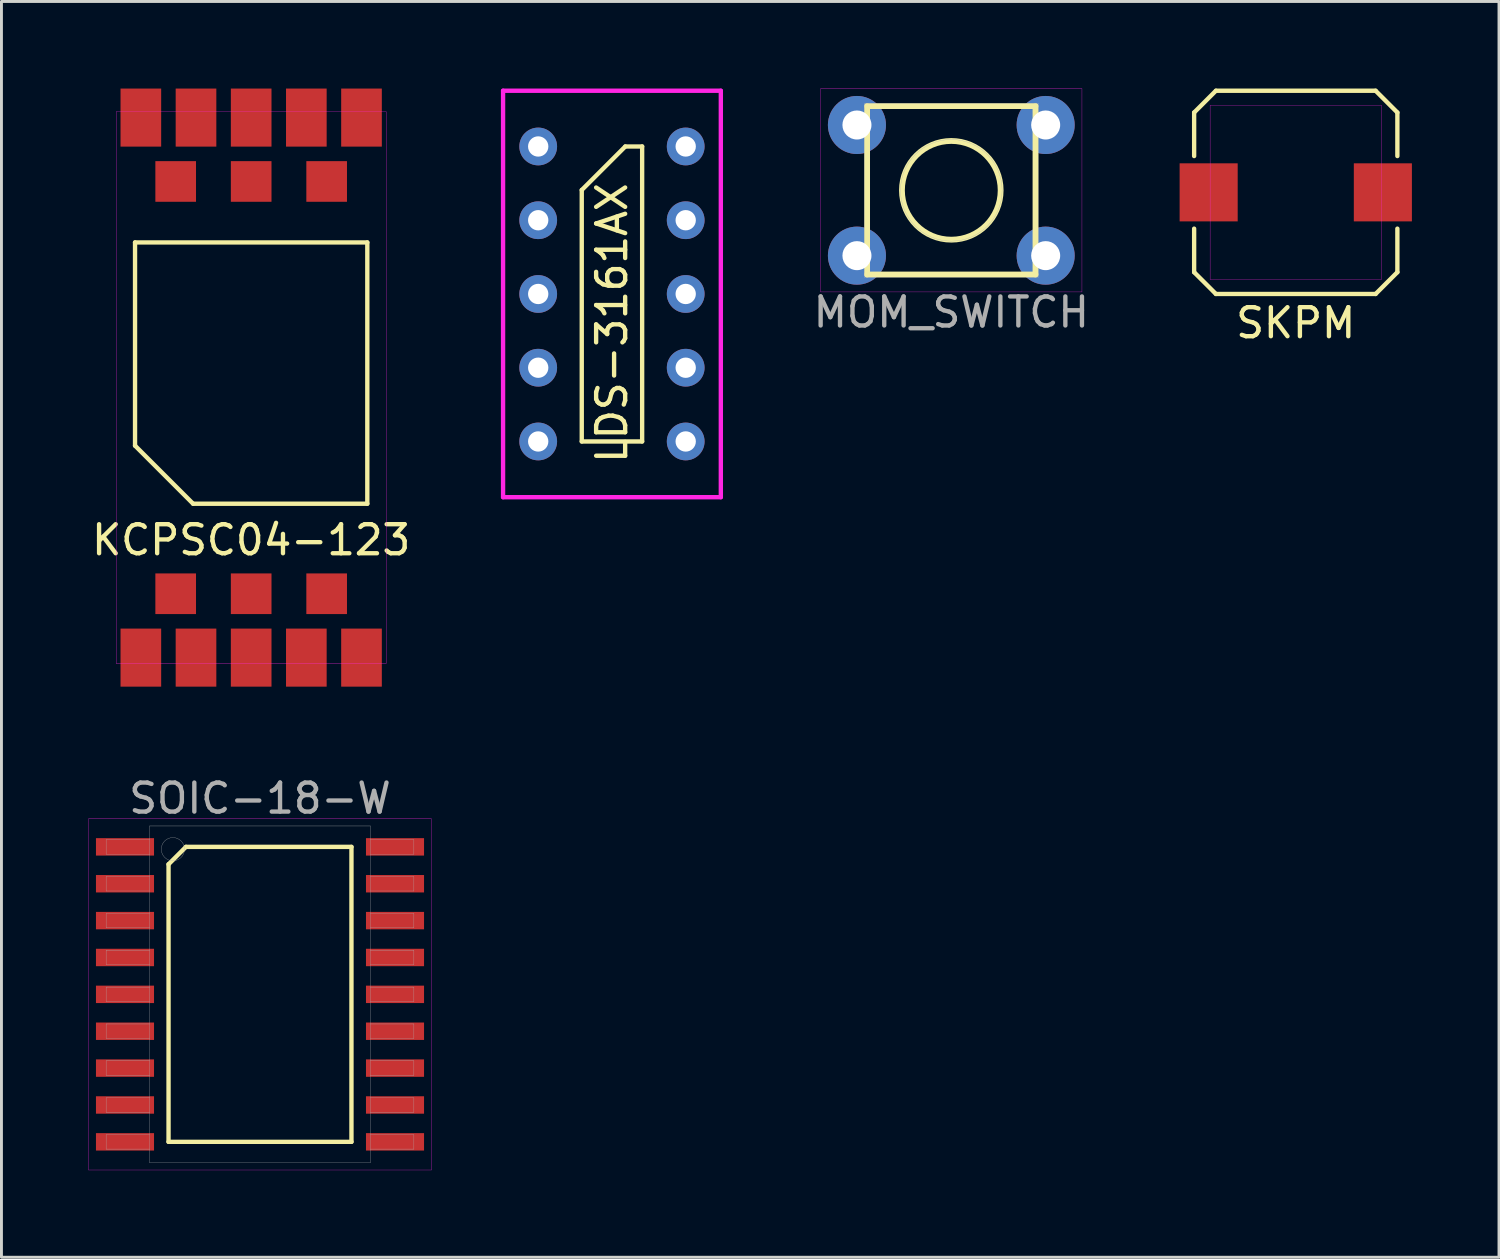
<source format=kicad_pcb>
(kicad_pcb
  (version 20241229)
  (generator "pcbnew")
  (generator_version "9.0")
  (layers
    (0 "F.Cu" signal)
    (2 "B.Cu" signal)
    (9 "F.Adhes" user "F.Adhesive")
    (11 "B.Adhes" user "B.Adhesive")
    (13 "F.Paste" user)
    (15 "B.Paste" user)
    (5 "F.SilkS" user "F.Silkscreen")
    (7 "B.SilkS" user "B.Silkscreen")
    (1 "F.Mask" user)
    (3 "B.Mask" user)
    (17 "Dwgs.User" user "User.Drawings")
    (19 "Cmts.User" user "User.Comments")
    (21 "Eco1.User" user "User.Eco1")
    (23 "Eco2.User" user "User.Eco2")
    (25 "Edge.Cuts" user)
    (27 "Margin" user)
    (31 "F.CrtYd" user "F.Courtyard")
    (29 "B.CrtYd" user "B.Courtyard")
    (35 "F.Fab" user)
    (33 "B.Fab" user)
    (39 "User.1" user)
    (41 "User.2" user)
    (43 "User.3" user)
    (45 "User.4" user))
  (footprint "KCPSC04-123"
    (layer "F.Cu")
    (at 5.601 10.3)
    (property "Reference" "KCPSC04-123" (at 0 5.25 0) (layer "F.SilkS") (effects (font (size 1 1) (thickness 0.15))))
    (attr through_hole)
    (fp_line (start -4 -5) (end -4 2) (stroke (width 0.15) (type solid)) (layer "F.SilkS"))
    (fp_line (start -4 2) (end -2 4) (stroke (width 0.15) (type solid)) (layer "F.SilkS"))
    (fp_line (start -2 4) (end 4 4) (stroke (width 0.15) (type solid)) (layer "F.SilkS"))
    (fp_line (start 4 -5) (end -4 -5) (stroke (width 0.15) (type solid)) (layer "F.SilkS"))
    (fp_line (start 4 4) (end 4 -5) (stroke (width 0.15) (type solid)) (layer "F.SilkS"))
    (fp_line (start -4.65 -9.5) (end -4.65 9.5) (stroke (width 0.01) (type solid)) (layer "F.CrtYd"))
    (fp_line (start 4.65 -9.5) (end -4.65 -9.5) (stroke (width 0.01) (type solid)) (layer "F.CrtYd"))
    (fp_line (start 4.65 9.5) (end -4.65 9.5) (stroke (width 0.01) (type solid)) (layer "F.CrtYd"))
    (fp_line (start 4.65 9.5) (end 4.65 -9.5) (stroke (width 0.01) (type solid)) (layer "F.CrtYd"))
    (pad "1" smd rect (at -3.8 9.3) (size 1.4 2) (layers "F.Cu" "F.Mask" "F.Paste"))
    (pad "2" smd rect (at -1.9 9.3) (size 1.4 2) (layers "F.Cu" "F.Mask" "F.Paste"))
    (pad "3" smd rect (at 0 9.3) (size 1.4 2) (layers "F.Cu" "F.Mask" "F.Paste"))
    (pad "4" smd rect (at 1.9 9.3) (size 1.4 2) (layers "F.Cu" "F.Mask" "F.Paste"))
    (pad "5" smd rect (at 3.8 9.3) (size 1.4 2) (layers "F.Cu" "F.Mask" "F.Paste"))
    (pad "6" smd rect (at 2.6 7.1) (size 1.4 1.4) (layers "F.Cu" "F.Mask" "F.Paste"))
    (pad "7" smd rect (at 0 7.1) (size 1.4 1.4) (layers "F.Cu" "F.Mask" "F.Paste"))
    (pad "8" smd rect (at -2.6 7.1) (size 1.4 1.4) (layers "F.Cu" "F.Mask" "F.Paste"))
    (pad "9" smd rect (at -2.6 -7.1) (size 1.4 1.4) (layers "F.Cu" "F.Mask" "F.Paste"))
    (pad "10" smd rect (at 0 -7.1) (size 1.4 1.4) (layers "F.Cu" "F.Mask" "F.Paste"))
    (pad "11" smd rect (at 2.6 -7.1) (size 1.4 1.4) (layers "F.Cu" "F.Mask" "F.Paste"))
    (pad "12" smd rect (at 3.8 -9.3) (size 1.4 2) (layers "F.Cu" "F.Mask" "F.Paste"))
    (pad "13" smd rect (at 1.9 -9.3) (size 1.4 2) (layers "F.Cu" "F.Mask" "F.Paste"))
    (pad "14" smd rect (at 0 -9.3) (size 1.4 2) (layers "F.Cu" "F.Mask" "F.Paste"))
    (pad "15" smd rect (at -1.9 -9.3) (size 1.4 2) (layers "F.Cu" "F.Mask" "F.Paste"))
    (pad "16" smd rect (at -3.8 -9.3) (size 1.4 2) (layers "F.Cu" "F.Mask" "F.Paste")))
  (footprint "LDS-3161AX"
    (layer "F.Cu")
    (at 18.027 7.075)
    (property "Reference" "LDS-3161AX" (at 0 1 90) (layer "F.SilkS") (effects (font (size 1 1) (thickness 0.15))))
    (attr through_hole)
    (fp_line (start -1.04 -3.58) (end -1.04 5.08) (stroke (width 0.15) (type solid)) (layer "F.SilkS"))
    (fp_line (start -1.04 -3.58) (end 0.46 -5.08) (stroke (width 0.15) (type solid)) (layer "F.SilkS"))
    (fp_line (start -1.04 5.08) (end 1.04 5.08) (stroke (width 0.15) (type solid)) (layer "F.SilkS"))
    (fp_line (start 1.04 -5.08) (end 0.46 -5.08) (stroke (width 0.15) (type solid)) (layer "F.SilkS"))
    (fp_line (start 1.04 5.08) (end 1.04 -5.08) (stroke (width 0.15) (type solid)) (layer "F.SilkS"))
    (fp_line (start -3.75 -7) (end -3.75 7) (stroke (width 0.15) (type solid)) (layer "F.CrtYd"))
    (fp_line (start -3.75 -7) (end 3.75 -7) (stroke (width 0.15) (type solid)) (layer "F.CrtYd"))
    (fp_line (start -3.75 7) (end 3.75 7) (stroke (width 0.15) (type solid)) (layer "F.CrtYd"))
    (fp_line (start 3.75 -7) (end 3.75 7) (stroke (width 0.15) (type solid)) (layer "F.CrtYd"))
    (pad "1" thru_hole circle (at -2.54 -5.08) (size 1.3 1.3) (drill 0.7) (layers "*.Cu" "*.Mask"))
    (pad "2" thru_hole circle (at -2.54 -2.54) (size 1.3 1.3) (drill 0.7) (layers "*.Cu" "*.Mask"))
    (pad "3" thru_hole circle (at -2.54 0 90) (size 1.3 1.3) (drill 0.7) (layers "*.Cu" "*.Mask"))
    (pad "4" thru_hole circle (at -2.54 2.54) (size 1.3 1.3) (drill 0.7) (layers "*.Cu" "*.Mask"))
    (pad "5" thru_hole circle (at -2.54 5.08) (size 1.3 1.3) (drill 0.7) (layers "*.Cu" "*.Mask"))
    (pad "6" thru_hole circle (at 2.54 5.08) (size 1.3 1.3) (drill 0.7) (layers "*.Cu" "*.Mask"))
    (pad "7" thru_hole circle (at 2.54 2.54) (size 1.3 1.3) (drill 0.7) (layers "*.Cu" "*.Mask"))
    (pad "8" thru_hole circle (at 2.54 0) (size 1.3 1.3) (drill 0.7) (layers "*.Cu" "*.Mask"))
    (pad "9" thru_hole circle (at 2.54 -2.54) (size 1.3 1.3) (drill 0.7) (layers "*.Cu" "*.Mask"))
    (pad "10" thru_hole circle (at 2.54 -5.08) (size 1.3 1.3) (drill 0.7) (layers "*.Cu" "*.Mask")))
  (footprint "SOIC-18-W"
    (layer "F.Cu")
    (at 5.905 31.198)
    (property "Reference" "SOIC-18-W" (at 0 -6.75 0) (layer "F.Fab") (effects (font (size 1 1) (thickness 0.15))))
    (attr through_hole)
    (fp_line (start -3.15 -4.48) (end -2.55 -5.08) (stroke (width 0.15) (type solid)) (layer "F.SilkS"))
    (fp_line (start -3.15 5.08) (end -3.15 -4.48) (stroke (width 0.15) (type solid)) (layer "F.SilkS"))
    (fp_line (start -2.55 -5.08) (end 3.15 -5.08) (stroke (width 0.15) (type solid)) (layer "F.SilkS"))
    (fp_line (start 3.15 -5.08) (end 3.15 5.08) (stroke (width 0.15) (type solid)) (layer "F.SilkS"))
    (fp_line (start 3.15 5.08) (end -3.15 5.08) (stroke (width 0.15) (type solid)) (layer "F.SilkS"))
    (fp_line (start -5.9 -6.05) (end 5.9 -6.05) (stroke (width 0.01) (type solid)) (layer "F.CrtYd"))
    (fp_line (start -5.9 6.05) (end -5.9 -6.05) (stroke (width 0.01) (type solid)) (layer "F.CrtYd"))
    (fp_line (start 5.9 -6.05) (end 5.9 6.05) (stroke (width 0.01) (type solid)) (layer "F.CrtYd"))
    (fp_line (start 5.9 6.05) (end -5.9 6.05) (stroke (width 0.01) (type solid)) (layer "F.CrtYd"))
    (fp_line (start -5.3 -5.33) (end -3.8 -5.33) (stroke (width 0.01) (type solid)) (layer "F.Fab"))
    (fp_line (start -5.3 -4.83) (end -5.3 -5.33) (stroke (width 0.01) (type solid)) (layer "F.Fab"))
    (fp_line (start -5.3 -4.06) (end -3.8 -4.06) (stroke (width 0.01) (type solid)) (layer "F.Fab"))
    (fp_line (start -5.3 -3.56) (end -5.3 -4.06) (stroke (width 0.01) (type solid)) (layer "F.Fab"))
    (fp_line (start -5.3 -2.79) (end -3.8 -2.79) (stroke (width 0.01) (type solid)) (layer "F.Fab"))
    (fp_line (start -5.3 -2.29) (end -5.3 -2.79) (stroke (width 0.01) (type solid)) (layer "F.Fab"))
    (fp_line (start -5.3 -1.52) (end -3.8 -1.52) (stroke (width 0.01) (type solid)) (layer "F.Fab"))
    (fp_line (start -5.3 -1.02) (end -5.3 -1.52) (stroke (width 0.01) (type solid)) (layer "F.Fab"))
    (fp_line (start -5.3 -0.25) (end -3.8 -0.25) (stroke (width 0.01) (type solid)) (layer "F.Fab"))
    (fp_line (start -5.3 0.25) (end -5.3 -0.25) (stroke (width 0.01) (type solid)) (layer "F.Fab"))
    (fp_line (start -5.3 1.02) (end -3.8 1.02) (stroke (width 0.01) (type solid)) (layer "F.Fab"))
    (fp_line (start -5.3 1.52) (end -5.3 1.02) (stroke (width 0.01) (type solid)) (layer "F.Fab"))
    (fp_line (start -5.3 2.29) (end -3.8 2.29) (stroke (width 0.01) (type solid)) (layer "F.Fab"))
    (fp_line (start -5.3 2.79) (end -5.3 2.29) (stroke (width 0.01) (type solid)) (layer "F.Fab"))
    (fp_line (start -5.3 3.56) (end -3.8 3.56) (stroke (width 0.01) (type solid)) (layer "F.Fab"))
    (fp_line (start -5.3 4.06) (end -5.3 3.56) (stroke (width 0.01) (type solid)) (layer "F.Fab"))
    (fp_line (start -5.3 4.83) (end -3.8 4.83) (stroke (width 0.01) (type solid)) (layer "F.Fab"))
    (fp_line (start -5.3 5.33) (end -5.3 4.83) (stroke (width 0.01) (type solid)) (layer "F.Fab"))
    (fp_line (start -3.8 -5.8) (end 3.8 -5.8) (stroke (width 0.01) (type solid)) (layer "F.Fab"))
    (fp_line (start -3.8 -4.83) (end -5.3 -4.83) (stroke (width 0.01) (type solid)) (layer "F.Fab"))
    (fp_line (start -3.8 -3.56) (end -5.3 -3.56) (stroke (width 0.01) (type solid)) (layer "F.Fab"))
    (fp_line (start -3.8 -2.29) (end -5.3 -2.29) (stroke (width 0.01) (type solid)) (layer "F.Fab"))
    (fp_line (start -3.8 -1.02) (end -5.3 -1.02) (stroke (width 0.01) (type solid)) (layer "F.Fab"))
    (fp_line (start -3.8 0.25) (end -5.3 0.25) (stroke (width 0.01) (type solid)) (layer "F.Fab"))
    (fp_line (start -3.8 1.52) (end -5.3 1.52) (stroke (width 0.01) (type solid)) (layer "F.Fab"))
    (fp_line (start -3.8 2.79) (end -5.3 2.79) (stroke (width 0.01) (type solid)) (layer "F.Fab"))
    (fp_line (start -3.8 4.06) (end -5.3 4.06) (stroke (width 0.01) (type solid)) (layer "F.Fab"))
    (fp_line (start -3.8 5.33) (end -5.3 5.33) (stroke (width 0.01) (type solid)) (layer "F.Fab"))
    (fp_line (start -3.8 5.8) (end -3.8 -5.8) (stroke (width 0.01) (type solid)) (layer "F.Fab"))
    (fp_line (start 3.8 -5.8) (end 3.8 5.8) (stroke (width 0.01) (type solid)) (layer "F.Fab"))
    (fp_line (start 3.8 -5.33) (end 5.3 -5.33) (stroke (width 0.01) (type solid)) (layer "F.Fab"))
    (fp_line (start 3.8 -4.06) (end 5.3 -4.06) (stroke (width 0.01) (type solid)) (layer "F.Fab"))
    (fp_line (start 3.8 -2.79) (end 5.3 -2.79) (stroke (width 0.01) (type solid)) (layer "F.Fab"))
    (fp_line (start 3.8 -1.52) (end 5.3 -1.52) (stroke (width 0.01) (type solid)) (layer "F.Fab"))
    (fp_line (start 3.8 -0.25) (end 5.3 -0.25) (stroke (width 0.01) (type solid)) (layer "F.Fab"))
    (fp_line (start 3.8 1.02) (end 5.3 1.02) (stroke (width 0.01) (type solid)) (layer "F.Fab"))
    (fp_line (start 3.8 2.29) (end 5.3 2.29) (stroke (width 0.01) (type solid)) (layer "F.Fab"))
    (fp_line (start 3.8 3.56) (end 5.3 3.56) (stroke (width 0.01) (type solid)) (layer "F.Fab"))
    (fp_line (start 3.8 4.83) (end 5.3 4.83) (stroke (width 0.01) (type solid)) (layer "F.Fab"))
    (fp_line (start 3.8 5.8) (end -3.8 5.8) (stroke (width 0.01) (type solid)) (layer "F.Fab"))
    (fp_line (start 5.3 -5.33) (end 5.3 -4.83) (stroke (width 0.01) (type solid)) (layer "F.Fab"))
    (fp_line (start 5.3 -4.83) (end 3.8 -4.83) (stroke (width 0.01) (type solid)) (layer "F.Fab"))
    (fp_line (start 5.3 -4.06) (end 5.3 -3.56) (stroke (width 0.01) (type solid)) (layer "F.Fab"))
    (fp_line (start 5.3 -3.56) (end 3.8 -3.56) (stroke (width 0.01) (type solid)) (layer "F.Fab"))
    (fp_line (start 5.3 -2.79) (end 5.3 -2.29) (stroke (width 0.01) (type solid)) (layer "F.Fab"))
    (fp_line (start 5.3 -2.29) (end 3.8 -2.29) (stroke (width 0.01) (type solid)) (layer "F.Fab"))
    (fp_line (start 5.3 -1.52) (end 5.3 -1.02) (stroke (width 0.01) (type solid)) (layer "F.Fab"))
    (fp_line (start 5.3 -1.02) (end 3.8 -1.02) (stroke (width 0.01) (type solid)) (layer "F.Fab"))
    (fp_line (start 5.3 -0.25) (end 5.3 0.25) (stroke (width 0.01) (type solid)) (layer "F.Fab"))
    (fp_line (start 5.3 0.25) (end 3.8 0.25) (stroke (width 0.01) (type solid)) (layer "F.Fab"))
    (fp_line (start 5.3 1.02) (end 5.3 1.52) (stroke (width 0.01) (type solid)) (layer "F.Fab"))
    (fp_line (start 5.3 1.52) (end 3.8 1.52) (stroke (width 0.01) (type solid)) (layer "F.Fab"))
    (fp_line (start 5.3 2.29) (end 5.3 2.79) (stroke (width 0.01) (type solid)) (layer "F.Fab"))
    (fp_line (start 5.3 2.79) (end 3.8 2.79) (stroke (width 0.01) (type solid)) (layer "F.Fab"))
    (fp_line (start 5.3 3.56) (end 5.3 4.06) (stroke (width 0.01) (type solid)) (layer "F.Fab"))
    (fp_line (start 5.3 4.06) (end 3.8 4.06) (stroke (width 0.01) (type solid)) (layer "F.Fab"))
    (fp_line (start 5.3 4.83) (end 5.3 5.33) (stroke (width 0.01) (type solid)) (layer "F.Fab"))
    (fp_line (start 5.3 5.33) (end 3.8 5.33) (stroke (width 0.01) (type solid)) (layer "F.Fab"))
    (fp_circle (center -3 -5) (end -3 -4.6) (stroke (width 0.01) (type solid)) (fill no) (layer "F.Fab"))
    (pad "1" smd rect (at -4.65 -5.08) (size 2 0.6) (layers "F.Cu" "F.Mask" "F.Paste"))
    (pad "2" smd rect (at -4.65 -3.81) (size 2 0.6) (layers "F.Cu" "F.Mask" "F.Paste"))
    (pad "3" smd rect (at -4.65 -2.54) (size 2 0.6) (layers "F.Cu" "F.Mask" "F.Paste"))
    (pad "4" smd rect (at -4.65 -1.27) (size 2 0.6) (layers "F.Cu" "F.Mask" "F.Paste"))
    (pad "5" smd rect (at -4.65 0) (size 2 0.6) (layers "F.Cu" "F.Mask" "F.Paste"))
    (pad "6" smd rect (at -4.65 1.27) (size 2 0.6) (layers "F.Cu" "F.Mask" "F.Paste"))
    (pad "7" smd rect (at -4.65 2.54) (size 2 0.6) (layers "F.Cu" "F.Mask" "F.Paste"))
    (pad "8" smd rect (at -4.65 3.81) (size 2 0.6) (layers "F.Cu" "F.Mask" "F.Paste"))
    (pad "9" smd rect (at -4.65 5.08) (size 2 0.6) (layers "F.Cu" "F.Mask" "F.Paste"))
    (pad "10" smd rect (at 4.65 5.08) (size 2 0.6) (layers "F.Cu" "F.Mask" "F.Paste"))
    (pad "11" smd rect (at 4.65 3.81) (size 2 0.6) (layers "F.Cu" "F.Mask" "F.Paste"))
    (pad "12" smd rect (at 4.65 2.54) (size 2 0.6) (layers "F.Cu" "F.Mask" "F.Paste"))
    (pad "13" smd rect (at 4.65 1.27) (size 2 0.6) (layers "F.Cu" "F.Mask" "F.Paste"))
    (pad "14" smd rect (at 4.65 0) (size 2 0.6) (layers "F.Cu" "F.Mask" "F.Paste"))
    (pad "15" smd rect (at 4.65 -1.27) (size 2 0.6) (layers "F.Cu" "F.Mask" "F.Paste"))
    (pad "16" smd rect (at 4.65 -2.54) (size 2 0.6) (layers "F.Cu" "F.Mask" "F.Paste"))
    (pad "17" smd rect (at 4.65 -3.81) (size 2 0.6) (layers "F.Cu" "F.Mask" "F.Paste"))
    (pad "18" smd rect (at 4.65 -5.08) (size 2 0.6) (layers "F.Cu" "F.Mask" "F.Paste")))
  (footprint "MOM_SWITCH"
    (layer "F.Cu")
    (at 29.715 3.505)
    (property "Reference" "MOM_SWITCH" (at 0 4.2 0) (layer "F.Fab") (effects (font (size 1 1) (thickness 0.15))))
    (attr through_hole)
    (fp_line (start -2.9 -2.9) (end 2.9 -2.9) (stroke (width 0.2) (type solid)) (layer "F.SilkS"))
    (fp_line (start -2.9 2.9) (end -2.9 -2.9) (stroke (width 0.2) (type solid)) (layer "F.SilkS"))
    (fp_line (start 2.9 -2.9) (end 2.9 2.9) (stroke (width 0.2) (type solid)) (layer "F.SilkS"))
    (fp_line (start 2.9 2.9) (end -2.9 2.9) (stroke (width 0.2) (type solid)) (layer "F.SilkS"))
    (fp_circle (center 0 0) (end 1.7 0) (stroke (width 0.2) (type solid)) (fill no) (layer "F.SilkS"))
    (fp_line (start -4.5 -3.5) (end -4.5 3.5) (stroke (width 0.01) (type solid)) (layer "F.CrtYd"))
    (fp_line (start -4.5 3.5) (end 4.5 3.5) (stroke (width 0.01) (type solid)) (layer "F.CrtYd"))
    (fp_line (start 4.5 -3.5) (end -4.5 -3.5) (stroke (width 0.01) (type solid)) (layer "F.CrtYd"))
    (fp_line (start 4.5 3.5) (end 4.5 -3.5) (stroke (width 0.01) (type solid)) (layer "F.CrtYd"))
    (fp_line (start -3 -3) (end 3 -3) (stroke (width 0.01) (type solid)) (layer "F.Fab"))
    (fp_line (start -3 3) (end -3 -3) (stroke (width 0.01) (type solid)) (layer "F.Fab"))
    (fp_line (start 3 -3) (end 3 3) (stroke (width 0.01) (type solid)) (layer "F.Fab"))
    (fp_line (start 3 3) (end -3 3) (stroke (width 0.01) (type solid)) (layer "F.Fab"))
    (fp_circle (center 0 0) (end 1.75 0) (stroke (width 0.01) (type solid)) (fill no) (layer "F.Fab"))
    (pad "" thru_hole circle (at -3.25 -2.25) (size 2 2) (drill 1) (layers "*.Cu" "*.Mask"))
    (pad "" thru_hole circle (at -3.25 2.25) (size 2 2) (drill 1) (layers "*.Cu" "*.Mask"))
    (pad "1" thru_hole circle (at 3.25 -2.25) (size 2 2) (drill 1) (layers "*.Cu" "*.Mask"))
    (pad "2" thru_hole circle (at 3.25 2.25) (size 2 2) (drill 1) (layers "*.Cu" "*.Mask")))
  (footprint "SKPM"
    (layer "F.Cu")
    (at 41.579 3.575)
    (property "Reference" "SKPM" (at 0 4.5 0) (layer "F.SilkS") (effects (font (size 1 1) (thickness 0.15))))
    (attr through_hole)
    (fp_line (start -3.5 -2.75) (end -2.75 -3.5) (stroke (width 0.15) (type solid)) (layer "F.SilkS"))
    (fp_line (start -3.5 -1.25) (end -3.5 -2.75) (stroke (width 0.15) (type solid)) (layer "F.SilkS"))
    (fp_line (start -3.5 1.25) (end -3.5 2.75) (stroke (width 0.15) (type solid)) (layer "F.SilkS"))
    (fp_line (start -3.5 2.75) (end -2.75 3.5) (stroke (width 0.15) (type solid)) (layer "F.SilkS"))
    (fp_line (start -2.75 -3.5) (end 2.75 -3.5) (stroke (width 0.15) (type solid)) (layer "F.SilkS"))
    (fp_line (start 2.75 3.5) (end -2.75 3.5) (stroke (width 0.15) (type solid)) (layer "F.SilkS"))
    (fp_line (start 3.5 -2.75) (end 2.75 -3.5) (stroke (width 0.15) (type solid)) (layer "F.SilkS"))
    (fp_line (start 3.5 -1.25) (end 3.5 -2.75) (stroke (width 0.15) (type solid)) (layer "F.SilkS"))
    (fp_line (start 3.5 1.25) (end 3.5 2.75) (stroke (width 0.15) (type solid)) (layer "F.SilkS"))
    (fp_line (start 3.5 2.75) (end 2.75 3.5) (stroke (width 0.15) (type solid)) (layer "F.SilkS"))
    (fp_line (start -2.95 -3) (end 2.95 -3) (stroke (width 0.01) (type solid)) (layer "F.CrtYd"))
    (fp_line (start -2.95 3) (end -2.95 -3) (stroke (width 0.01) (type solid)) (layer "F.CrtYd"))
    (fp_line (start -2.95 3) (end 2.95 3) (stroke (width 0.01) (type solid)) (layer "F.CrtYd"))
    (fp_line (start 2.95 3) (end 2.95 -3) (stroke (width 0.01) (type solid)) (layer "F.CrtYd"))
    (pad "1" smd rect (at -3 0) (size 2 2) (layers "F.Cu" "F.Mask" "F.Paste"))
    (pad "2" smd rect (at 3 0) (size 2 2) (layers "F.Cu" "F.Mask" "F.Paste")))
  (gr_rect
    (start -3 -3)
    (end 48.579 40.253)
    (stroke (width 0.1) (type default))
    (fill no)
    (layer "Edge.Cuts")))
</source>
